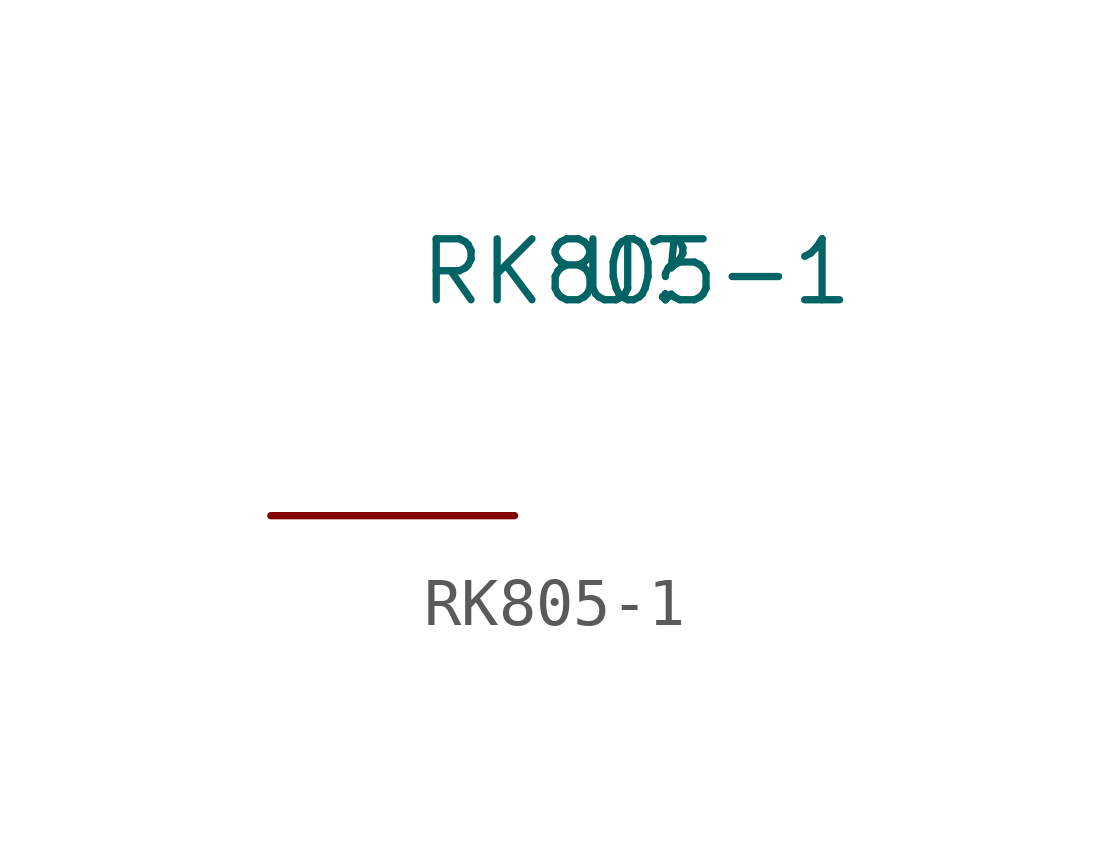
<source format=kicad_sym>
(kicad_symbol_lib
  (version 20211014)
  (generator kicad_symbol_editor)
  (symbol "RK805-1"
    (property "Reference" "U"
      (at 0 0 0)
      (effects (font (size 1.27 1.27))))
    (property "Value" "RK805-1"
      (at 0 0 0)
      (effects (font (size 1.27 1.27))))
    (symbol "RK805-1_1_1"
      (pin passive line (at -7.62 -5.08 0) (length 5.08) (name "" (effects (font (size 1.27 1.27)))) (number "" (effects (font (size 1.27 1.27))))))))
</source>
